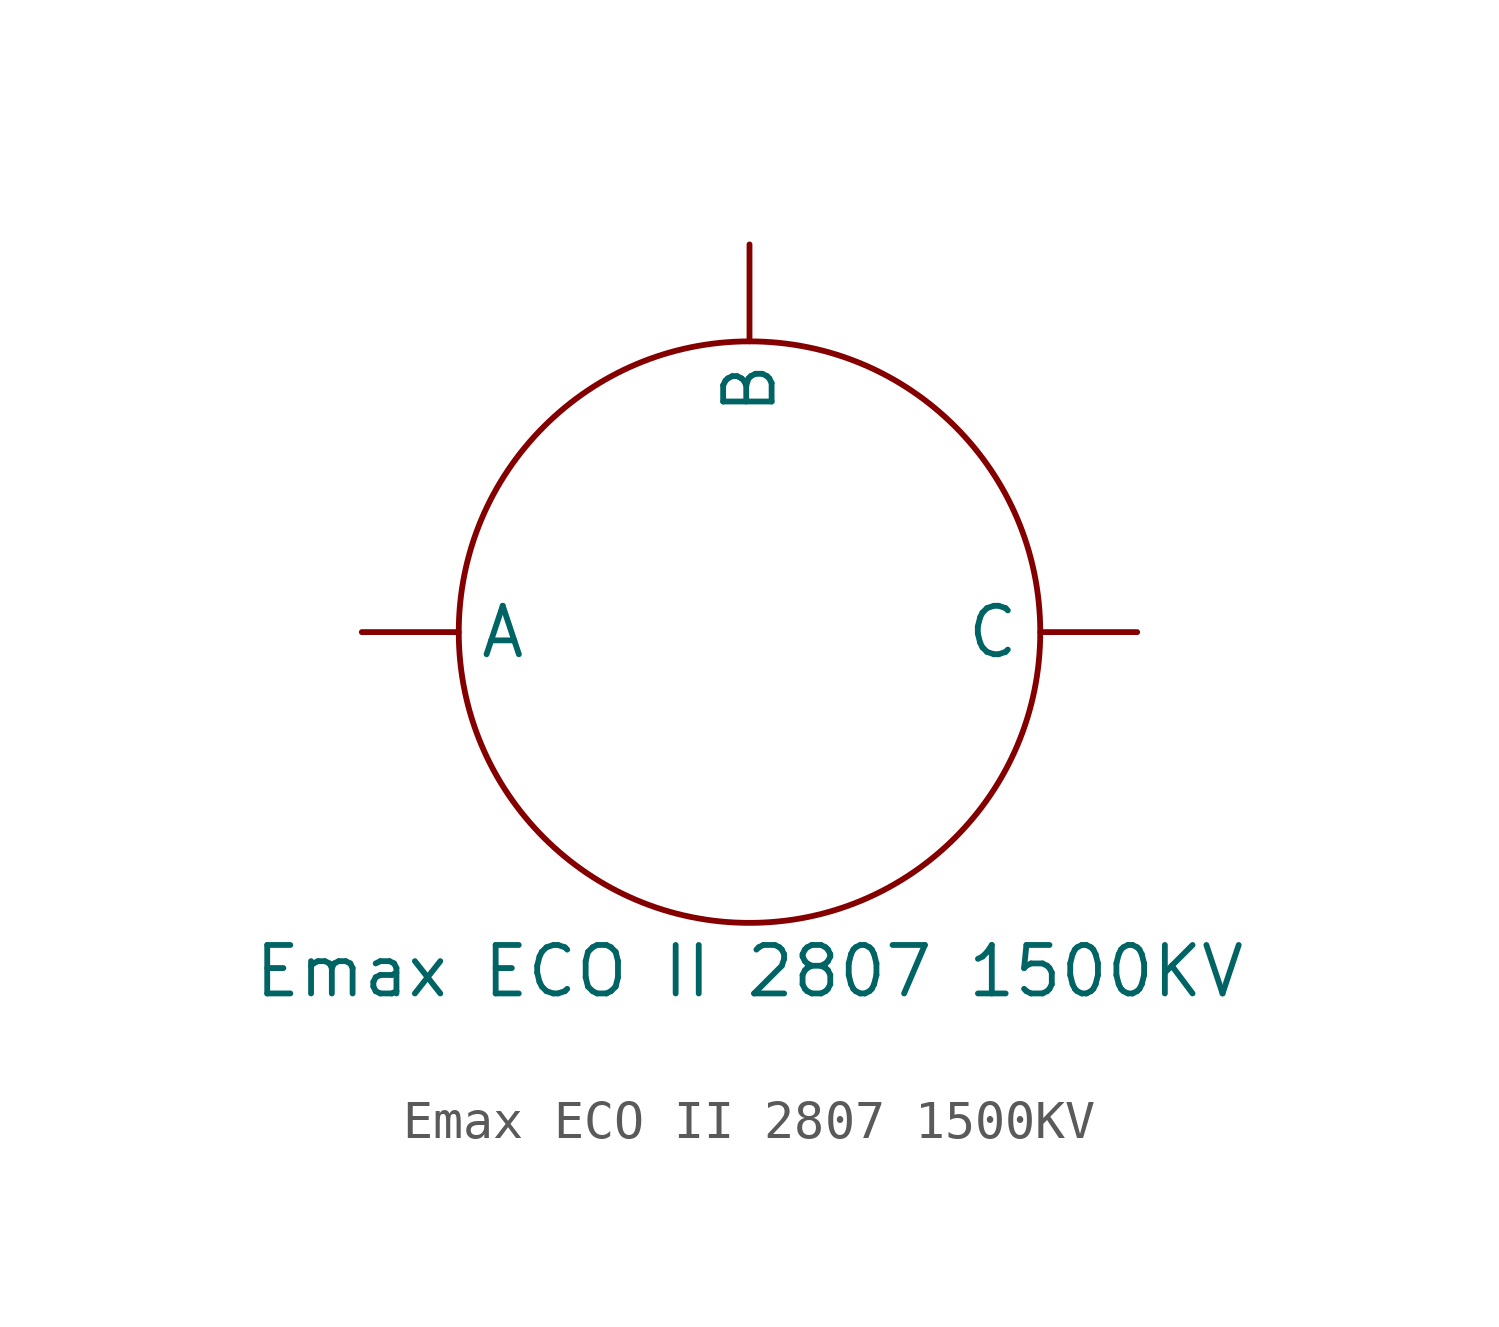
<source format=kicad_sym>
(kicad_symbol_lib
  (version 20211014)
  (generator kicad_symbol_editor)
  (symbol "Emax ECO II 2807 1500KV"
    (property "Reference" "M"
      (at 0 -3.81 0)
      (effects (font (size 1.27 1.27)) hide))
    (property "Value" "Emax ECO II 2807 1500KV"
      (at 0 -8.89 0)
      (effects (font (size 1.27 1.27))))
    (symbol "Emax ECO II 2807 1500KV_0_1"
      (circle (center 0 0) (radius 7.62) (stroke (width 0) (type default) (color 0 0 0 0)) (fill (type none))))
    (symbol "Emax ECO II 2807 1500KV_1_1"
      (pin input line (at -10.16 0 0) (length 2.54) (name "A" (effects (font (size 1.27 1.27)))) (number "" (effects (font (size 1.27 1.27)))))
      (pin input line (at 0 10.16 270) (length 2.54) (name "B" (effects (font (size 1.27 1.27)))) (number "" (effects (font (size 1.27 1.27)))))
      (pin input line (at 10.16 0 180) (length 2.54) (name "C" (effects (font (size 1.27 1.27)))) (number "" (effects (font (size 1.27 1.27))))))))
</source>
